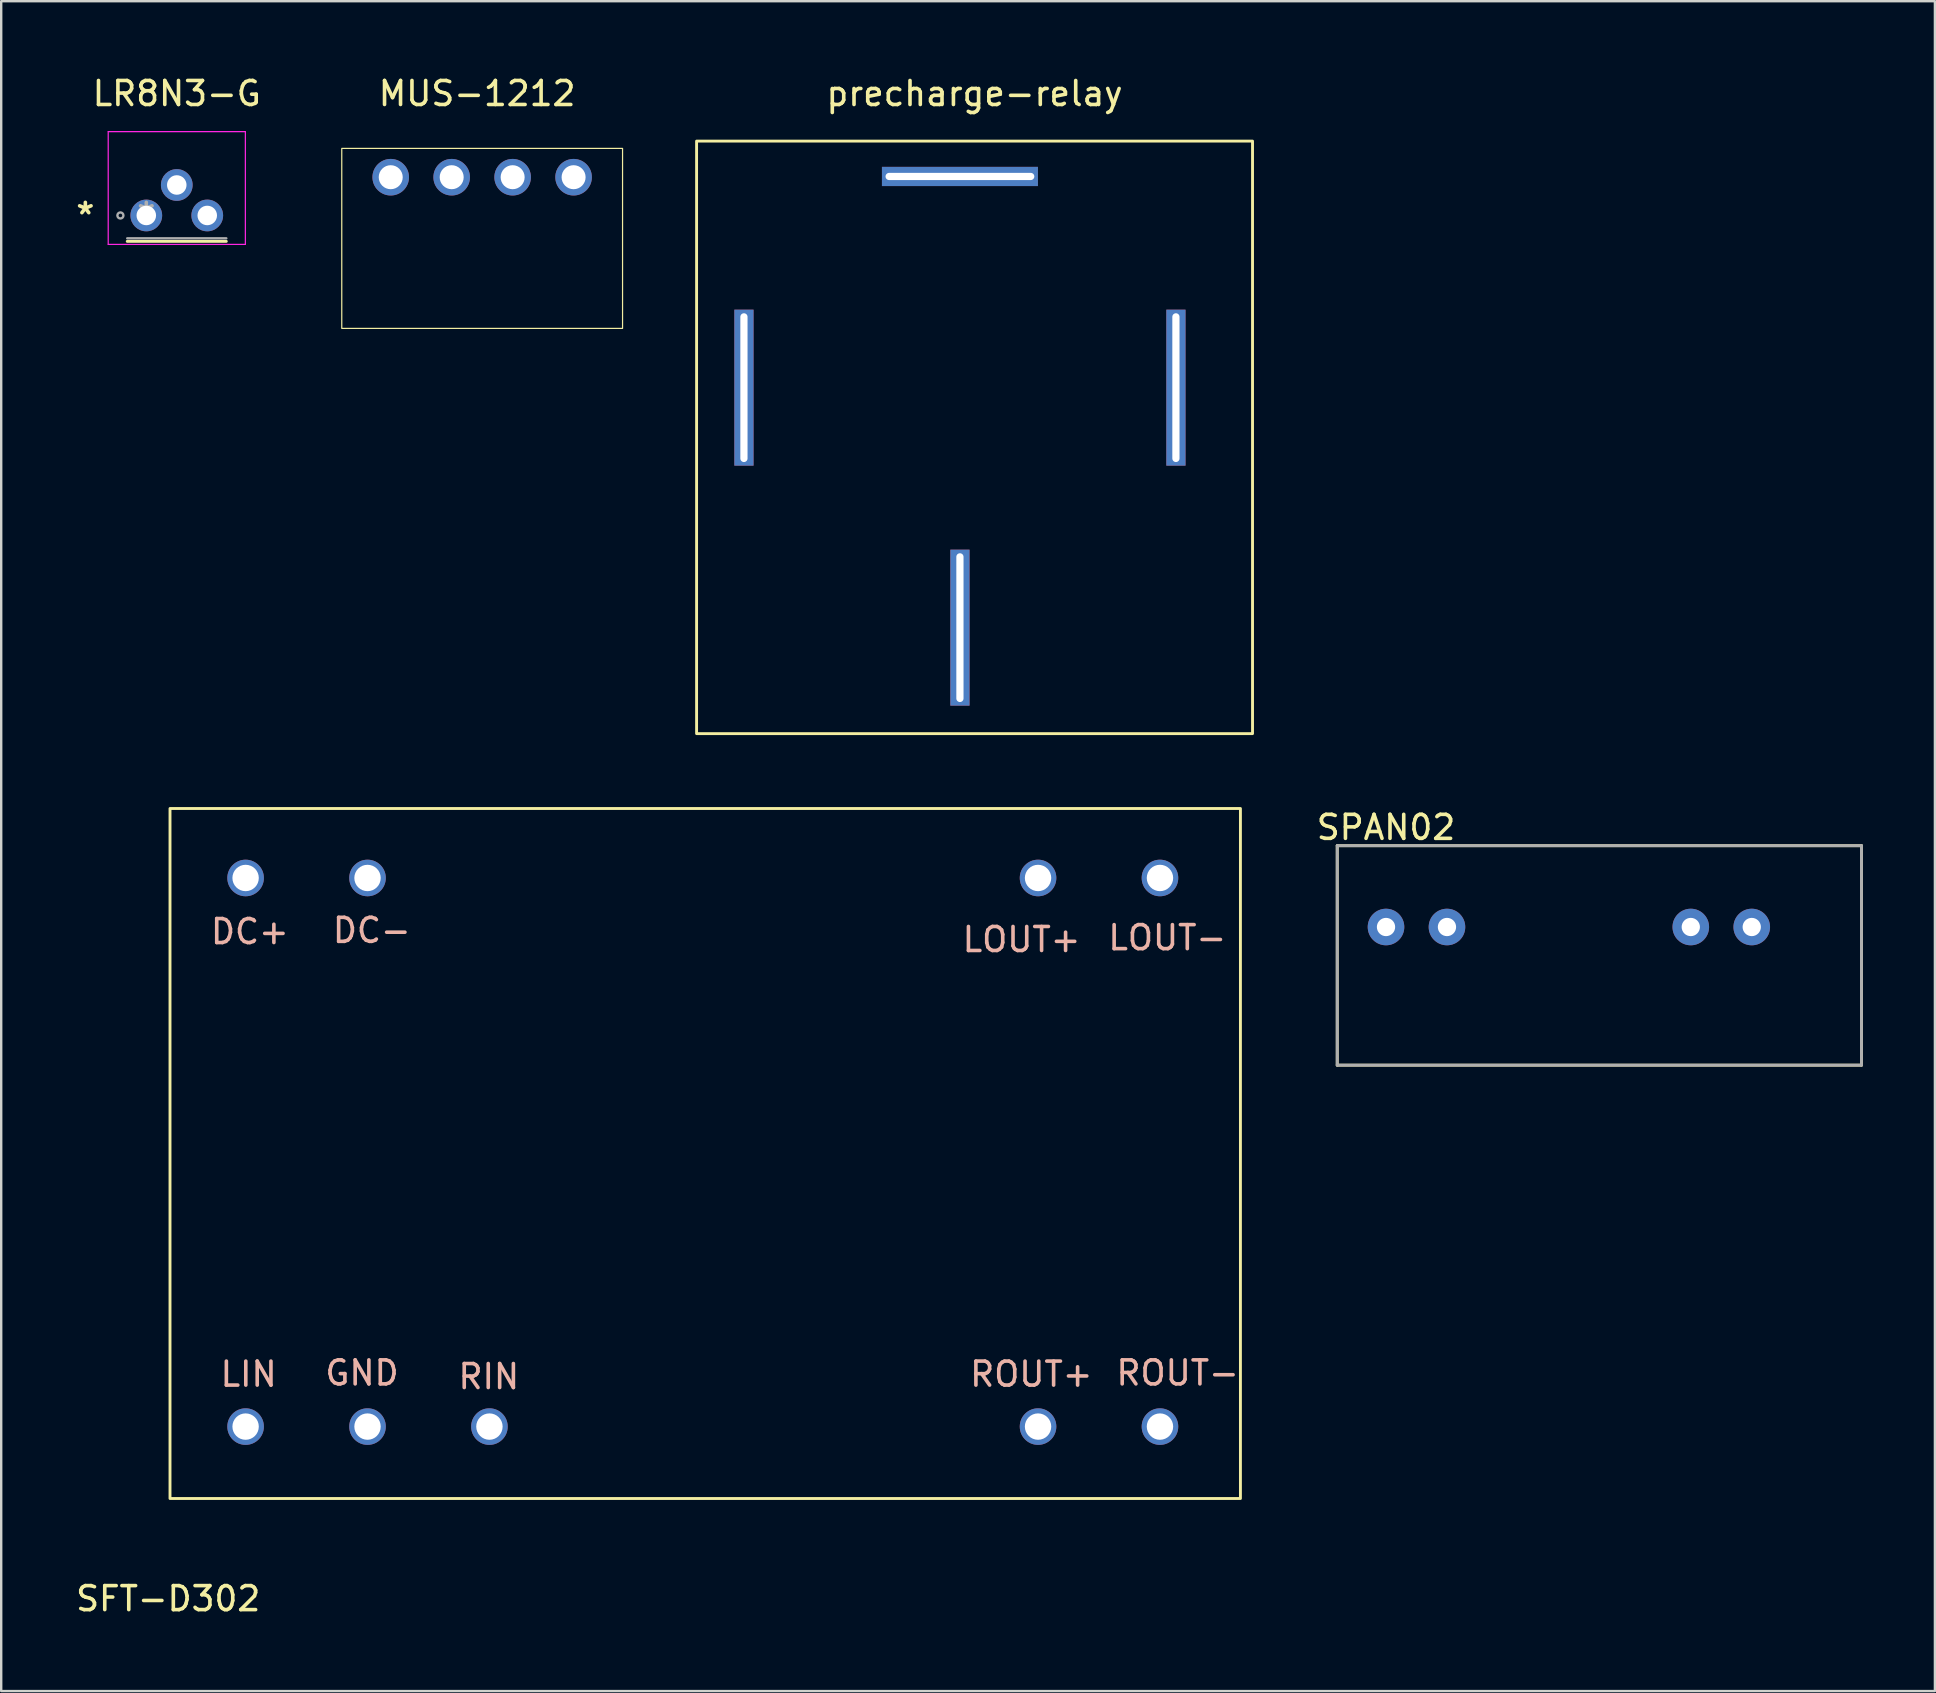
<source format=kicad_pcb>
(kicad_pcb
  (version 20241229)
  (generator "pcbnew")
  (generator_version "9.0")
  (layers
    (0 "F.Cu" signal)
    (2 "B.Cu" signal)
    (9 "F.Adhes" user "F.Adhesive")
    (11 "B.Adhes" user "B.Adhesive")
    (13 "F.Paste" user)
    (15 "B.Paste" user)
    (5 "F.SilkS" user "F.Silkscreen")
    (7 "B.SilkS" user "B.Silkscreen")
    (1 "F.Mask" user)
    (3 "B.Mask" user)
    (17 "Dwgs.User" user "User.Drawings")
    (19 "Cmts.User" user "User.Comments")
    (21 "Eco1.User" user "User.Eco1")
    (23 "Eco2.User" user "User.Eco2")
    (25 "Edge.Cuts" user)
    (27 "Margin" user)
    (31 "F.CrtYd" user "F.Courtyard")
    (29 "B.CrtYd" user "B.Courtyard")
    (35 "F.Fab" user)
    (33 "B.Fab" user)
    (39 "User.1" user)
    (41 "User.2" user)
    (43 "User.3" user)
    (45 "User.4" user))
  (footprint "MUS-1212"
    (layer "F.Cu")
    (at 11.191 3.134)
    (property "Reference" "MUS-1212" (at 5.639 -2.286 0) (unlocked yes) (layer "F.SilkS") (effects (font (size 1 1) (thickness 0.15))))
    (attr through_hole)
    (fp_rect (start 0 7.5) (end 11.7 0) (stroke (width 0.05) (type solid)) (fill no) (layer "F.SilkS"))
    (pad "1" thru_hole circle (at 2.04 1.2) (size 1.524 1.524) (drill 1) (layers "*.Cu" "*.Mask"))
    (pad "2" thru_hole circle (at 4.58 1.2) (size 1.524 1.524) (drill 1) (layers "*.Cu" "*.Mask" "Eco1.User"))
    (pad "3" thru_hole circle (at 7.12 1.2) (size 1.524 1.524) (drill 1) (layers "*.Cu" "*.Mask"))
    (pad "4" thru_hole circle (at 9.66 1.2) (size 1.524 1.524) (drill 1) (layers "*.Cu" "*.Mask")))
  (footprint "precharge-relay"
    (layer "F.Cu")
    (at 36.949 4.303)
    (property "Reference" "precharge-relay" (at 0.61 -3.454 0) (unlocked yes) (layer "F.SilkS") (effects (font (size 1 1) (thickness 0.15))))
    (attr through_hole)
    (fp_rect (start -10.973 -1.473) (end 12.192 23.216) (stroke (width 0.12) (type solid)) (fill no) (layer "F.SilkS"))
    (pad "1" thru_hole rect (at -9 8.8 90) (size 6.5 0.8) (drill oval 6.2 0.3) (layers "*.Cu" "*.Mask"))
    (pad "2" thru_hole rect (at 9 8.8 90) (size 6.5 0.8) (drill oval 6.2 0.3) (layers "*.Cu" "*.Mask"))
    (pad "3" thru_hole rect (at 0 18.8 90) (size 6.5 0.8) (drill oval 6.2 0.3) (layers "*.Cu" "*.Mask"))
    (pad "5" thru_hole rect (at 0 0) (size 6.5 0.8) (drill oval 6.2 0.3) (layers "*.Cu" "*.Mask")))
  (footprint "SPAN02"
    (layer "F.Cu")
    (at 63.339 36.761)
    (property "Reference" "SPAN02" (at -8.636 -5.334 0) (layer "F.SilkS") (effects (font (size 1 1) (thickness 0.15))))
    (attr through_hole)
    (fp_line (start -10.668 -4.572) (end 11.176 -4.572) (stroke (width 0.12) (type solid)) (layer "F.SilkS"))
    (fp_line (start -10.668 4.572) (end -10.668 -4.572) (stroke (width 0.12) (type solid)) (layer "F.SilkS"))
    (fp_line (start 11.176 -4.572) (end 11.176 4.572) (stroke (width 0.12) (type solid)) (layer "F.SilkS"))
    (fp_line (start 11.176 4.572) (end -10.668 4.572) (stroke (width 0.12) (type solid)) (layer "F.SilkS"))
    (fp_line (start -10.668 4.572) (end -10.668 -4.572) (stroke (width 0.12) (type solid)) (layer "F.Fab"))
    (fp_line (start -10.668 4.572) (end 11.176 4.572) (stroke (width 0.12) (type solid)) (layer "F.Fab"))
    (fp_line (start 11.176 -4.572) (end -10.668 -4.572) (stroke (width 0.12) (type solid)) (layer "F.Fab"))
    (fp_line (start 11.176 -4.572) (end 11.176 4.572) (stroke (width 0.12) (type solid)) (layer "F.Fab"))
    (pad "1" thru_hole circle (at -8.636 -1.184) (size 1.524 1.524) (drill 0.762) (layers "*.Cu" "*.Mask"))
    (pad "2" thru_hole circle (at -6.096 -1.184) (size 1.524 1.524) (drill 0.762) (layers "*.Cu" "*.Mask"))
    (pad "6" thru_hole circle (at 4.064 -1.184) (size 1.524 1.524) (drill 0.762) (layers "*.Cu" "*.Mask"))
    (pad "7" thru_hole circle (at 6.604 -1.184) (size 1.524 1.524) (drill 0.762) (layers "*.Cu" "*.Mask")))
  (footprint "SFT-D302"
    (layer "F.Cu")
    (at 3.958 64.065)
    (property "Reference" "SFT-D302" (at 0 -0.5 0) (unlocked yes) (layer "F.SilkS") (effects (font (size 1 1) (thickness 0.15))))
    (attr through_hole)
    (fp_rect (start 0.076 -33.426) (end 44.679 -4.674) (stroke (width 0.12) (type solid)) (fill no) (layer "F.SilkS"))
    (fp_text user "DC-" (at 8.484 -28.346 0) (unlocked yes) (layer "B.SilkS") (effects (font (size 1 1) (thickness 0.15))))
    (fp_text user "LOUT-" (at 41.631 -28.042 0) (unlocked yes) (layer "B.SilkS") (effects (font (size 1 1) (thickness 0.15))))
    (fp_text user "ROUT+" (at 35.966 -9.855 0) (unlocked yes) (layer "B.SilkS") (effects (font (size 1 1) (thickness 0.15))))
    (fp_text user "RIN" (at 13.36 -9.754 0) (unlocked yes) (layer "B.SilkS") (effects (font (size 1 1) (thickness 0.15))))
    (fp_text user "DC+" (at 3.404 -28.296 0) (unlocked yes) (layer "B.SilkS") (effects (font (size 1 1) (thickness 0.15))))
    (fp_text user "LOUT+" (at 35.56 -27.965 0) (unlocked yes) (layer "B.SilkS") (effects (font (size 1 1) (thickness 0.15))))
    (fp_text user "ROUT-" (at 42.062 -9.906 0) (unlocked yes) (layer "B.SilkS") (effects (font (size 1 1) (thickness 0.15))))
    (fp_text user "LIN" (at 3.353 -9.855 0) (unlocked yes) (layer "B.SilkS") (effects (font (size 1 1) (thickness 0.15))))
    (fp_text user "GND" (at 8.077 -9.906 0) (unlocked yes) (layer "B.SilkS") (effects (font (size 1 1) (thickness 0.15))))
    (pad "1" thru_hole circle (at 3.226 -30.531) (size 1.524 1.524) (drill 1.1) (layers "*.Cu" "*.Mask"))
    (pad "2" thru_hole circle (at 8.306 -30.531) (size 1.524 1.524) (drill 1.1) (layers "*.Cu" "*.Mask"))
    (pad "3" thru_hole circle (at 36.246 -30.531) (size 1.524 1.524) (drill 1.1) (layers "*.Cu" "*.Mask"))
    (pad "4" thru_hole circle (at 41.326 -30.531) (size 1.524 1.524) (drill 1.1) (layers "*.Cu" "*.Mask"))
    (pad "5" thru_hole circle (at 41.326 -7.671) (size 1.524 1.524) (drill 1.1) (layers "*.Cu" "*.Mask"))
    (pad "6" thru_hole circle (at 36.246 -7.671) (size 1.524 1.524) (drill 1.1) (layers "*.Cu" "*.Mask"))
    (pad "7" thru_hole circle (at 13.386 -7.671) (size 1.524 1.524) (drill 1.1) (layers "*.Cu" "*.Mask"))
    (pad "8" thru_hole circle (at 8.306 -7.671) (size 1.524 1.524) (drill 1.1) (layers "*.Cu" "*.Mask"))
    (pad "9" thru_hole circle (at 3.226 -7.671) (size 1.524 1.524) (drill 1.1) (layers "*.Cu" "*.Mask")))
  (footprint "LR8N3-G"
    (layer "F.Cu")
    (at 3.046 5.928)
    (property "Reference" "LR8N3-G" (at 1.27 -5.08 0) (layer "F.SilkS") (effects (font (size 1 1) (thickness 0.15))))
    (attr through_hole)
    (fp_line (start -0.794 1.079) (end 3.334 1.079) (stroke (width 0.12) (type solid)) (layer "F.SilkS"))
    (fp_line (start -1.587 -3.493) (end 4.128 -3.493) (stroke (width 0.05) (type solid)) (layer "F.CrtYd"))
    (fp_line (start -1.587 1.206) (end -1.587 -3.493) (stroke (width 0.05) (type solid)) (layer "F.CrtYd"))
    (fp_line (start 4.128 -3.493) (end 4.128 1.206) (stroke (width 0.05) (type solid)) (layer "F.CrtYd"))
    (fp_line (start 4.128 1.206) (end -1.587 1.206) (stroke (width 0.05) (type solid)) (layer "F.CrtYd"))
    (fp_line (start -0.794 0.953) (end 3.334 0.953) (stroke (width 0.1) (type solid)) (layer "F.Fab"))
    (fp_line (start -0.254 0) (end 0.254 0) (stroke (width 0.1) (type solid)) (layer "F.Fab"))
    (fp_line (start 0 0.254) (end 0 -0.254) (stroke (width 0.1) (type solid)) (layer "F.Fab"))
    (fp_circle (center -1.079 0) (end -0.953 0) (stroke (width 0.1) (type solid)) (fill no) (layer "F.Fab"))
    (fp_text user "*" (at -2.54 0 0) (layer "F.SilkS") (effects (font (size 1 1) (thickness 0.15))))
    (fp_text user "*" (at 0 0 0) (layer "F.Fab") (effects (font (size 1 1) (thickness 0.15))))
    (pad "1" thru_hole circle (at 0 0) (size 1.321 1.321) (drill 0.813) (layers "*.Cu" "*.Mask"))
    (pad "2" thru_hole circle (at 1.27 -1.27) (size 1.321 1.321) (drill 0.813) (layers "*.Cu" "*.Mask"))
    (pad "3" thru_hole circle (at 2.54 0) (size 1.321 1.321) (drill 0.813) (layers "*.Cu" "*.Mask")))
  (gr_rect
    (start -3 -3)
    (end 77.575 67.413)
    (stroke (width 0.1) (type default))
    (fill no)
    (layer "Edge.Cuts")))
</source>
